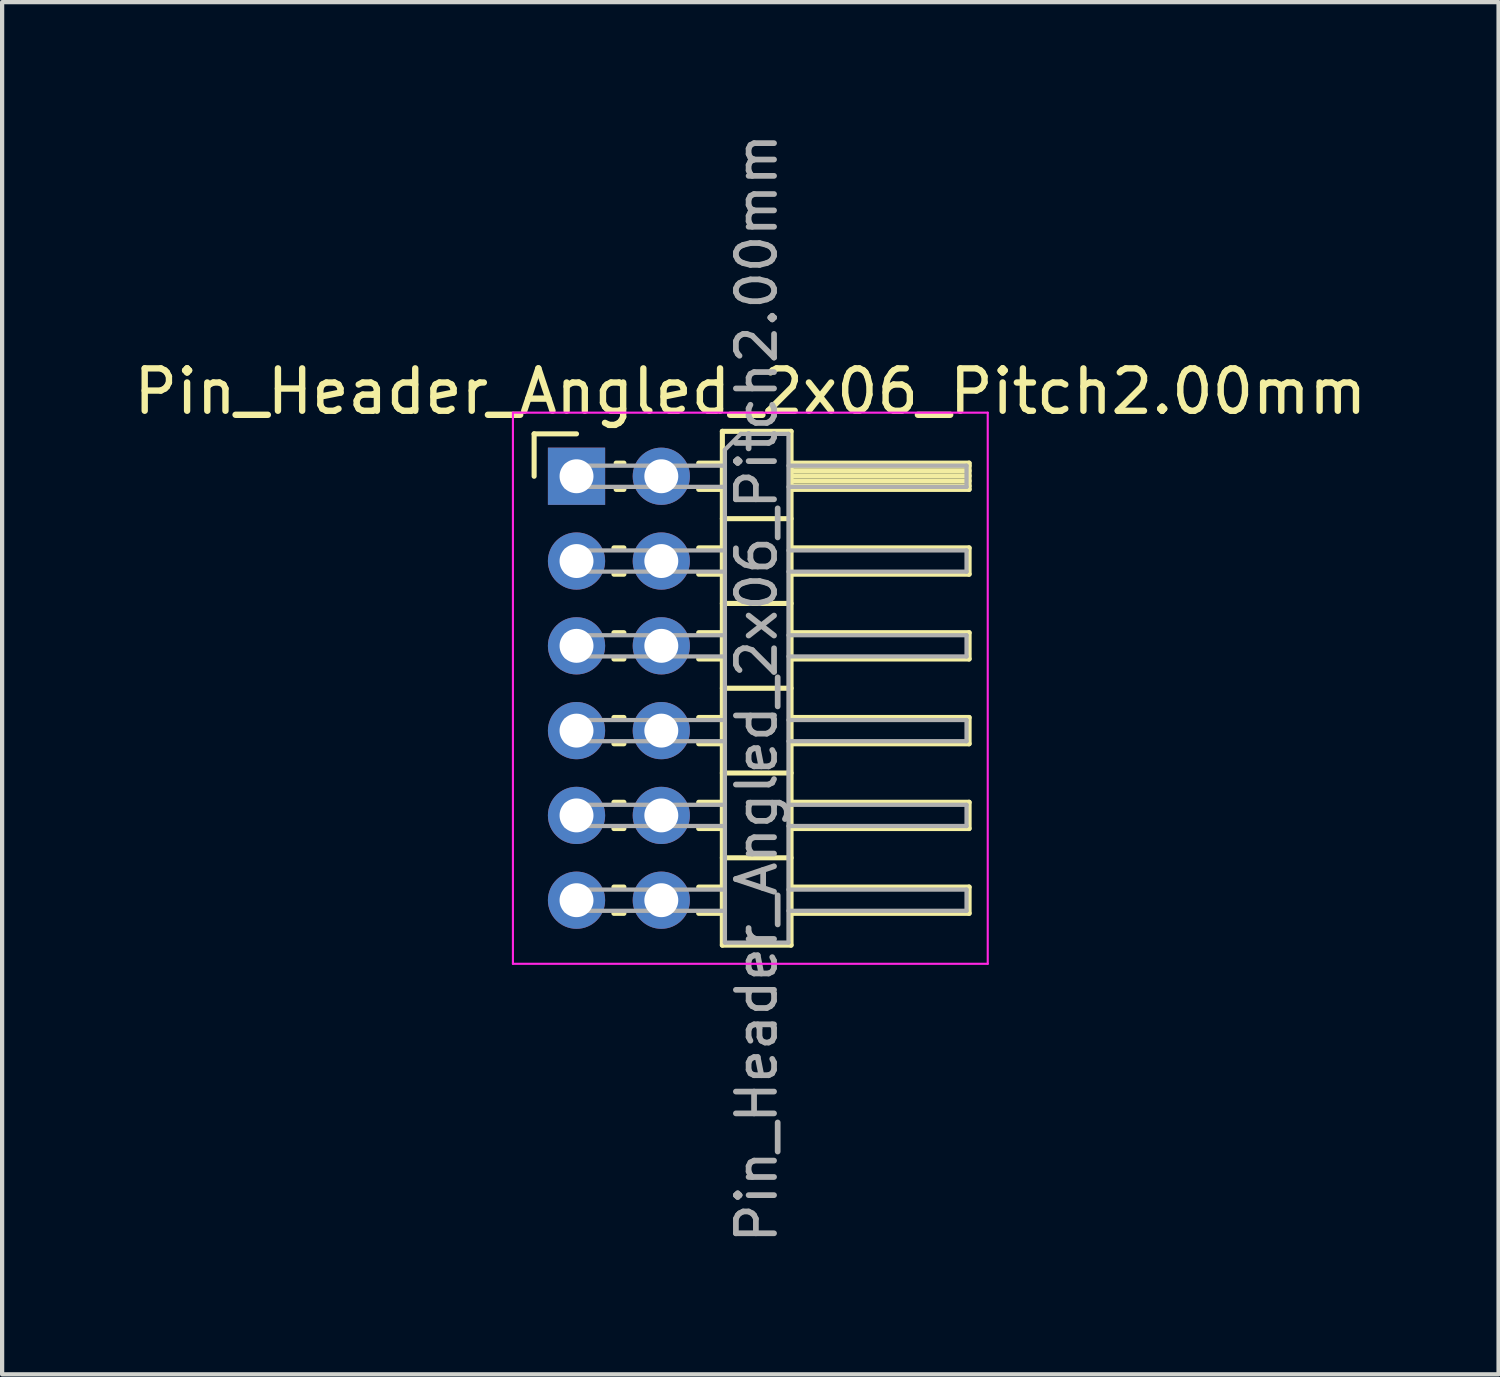
<source format=kicad_pcb>
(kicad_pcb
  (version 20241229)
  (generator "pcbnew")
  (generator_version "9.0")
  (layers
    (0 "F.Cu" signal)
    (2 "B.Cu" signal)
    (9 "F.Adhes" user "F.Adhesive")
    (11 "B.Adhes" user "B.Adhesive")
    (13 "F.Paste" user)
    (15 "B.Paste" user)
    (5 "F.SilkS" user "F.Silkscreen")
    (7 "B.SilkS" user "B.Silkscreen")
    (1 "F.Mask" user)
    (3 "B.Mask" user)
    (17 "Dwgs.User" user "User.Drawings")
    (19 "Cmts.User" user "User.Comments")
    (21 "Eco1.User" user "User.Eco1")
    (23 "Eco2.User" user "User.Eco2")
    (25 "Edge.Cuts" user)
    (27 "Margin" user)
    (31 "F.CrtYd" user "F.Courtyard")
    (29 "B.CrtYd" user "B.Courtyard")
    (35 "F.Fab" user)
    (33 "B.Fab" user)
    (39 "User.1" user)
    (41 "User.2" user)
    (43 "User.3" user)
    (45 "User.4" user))
  (footprint "Pin_Header_Angled_2x06_Pitch2.00mm"
    (layer "F.Cu")
    (at 10.549 8.184)
    (property "Reference" "Pin_Header_Angled_2x06_Pitch2.00mm" (at 4.1 -2 0) (layer "F.SilkS") (effects (font (size 1 1) (thickness 0.15))))
    (attr through_hole)
    (fp_line (start -1 -1) (end 0 -1) (stroke (width 0.12) (type solid)) (layer "F.SilkS"))
    (fp_line (start -1 0) (end -1 -1) (stroke (width 0.12) (type solid)) (layer "F.SilkS"))
    (fp_line (start 0.882 1.69) (end 1.118 1.69) (stroke (width 0.12) (type solid)) (layer "F.SilkS"))
    (fp_line (start 0.882 2.31) (end 1.118 2.31) (stroke (width 0.12) (type solid)) (layer "F.SilkS"))
    (fp_line (start 0.882 3.69) (end 1.118 3.69) (stroke (width 0.12) (type solid)) (layer "F.SilkS"))
    (fp_line (start 0.882 4.31) (end 1.118 4.31) (stroke (width 0.12) (type solid)) (layer "F.SilkS"))
    (fp_line (start 0.882 5.69) (end 1.118 5.69) (stroke (width 0.12) (type solid)) (layer "F.SilkS"))
    (fp_line (start 0.882 6.31) (end 1.118 6.31) (stroke (width 0.12) (type solid)) (layer "F.SilkS"))
    (fp_line (start 0.882 7.69) (end 1.118 7.69) (stroke (width 0.12) (type solid)) (layer "F.SilkS"))
    (fp_line (start 0.882 8.31) (end 1.118 8.31) (stroke (width 0.12) (type solid)) (layer "F.SilkS"))
    (fp_line (start 0.882 9.69) (end 1.118 9.69) (stroke (width 0.12) (type solid)) (layer "F.SilkS"))
    (fp_line (start 0.882 10.31) (end 1.118 10.31) (stroke (width 0.12) (type solid)) (layer "F.SilkS"))
    (fp_line (start 0.935 -0.31) (end 1.118 -0.31) (stroke (width 0.12) (type solid)) (layer "F.SilkS"))
    (fp_line (start 0.935 0.31) (end 1.118 0.31) (stroke (width 0.12) (type solid)) (layer "F.SilkS"))
    (fp_line (start 2.882 -0.31) (end 3.44 -0.31) (stroke (width 0.12) (type solid)) (layer "F.SilkS"))
    (fp_line (start 2.882 0.31) (end 3.44 0.31) (stroke (width 0.12) (type solid)) (layer "F.SilkS"))
    (fp_line (start 2.882 1.69) (end 3.44 1.69) (stroke (width 0.12) (type solid)) (layer "F.SilkS"))
    (fp_line (start 2.882 2.31) (end 3.44 2.31) (stroke (width 0.12) (type solid)) (layer "F.SilkS"))
    (fp_line (start 2.882 3.69) (end 3.44 3.69) (stroke (width 0.12) (type solid)) (layer "F.SilkS"))
    (fp_line (start 2.882 4.31) (end 3.44 4.31) (stroke (width 0.12) (type solid)) (layer "F.SilkS"))
    (fp_line (start 2.882 5.69) (end 3.44 5.69) (stroke (width 0.12) (type solid)) (layer "F.SilkS"))
    (fp_line (start 2.882 6.31) (end 3.44 6.31) (stroke (width 0.12) (type solid)) (layer "F.SilkS"))
    (fp_line (start 2.882 7.69) (end 3.44 7.69) (stroke (width 0.12) (type solid)) (layer "F.SilkS"))
    (fp_line (start 2.882 8.31) (end 3.44 8.31) (stroke (width 0.12) (type solid)) (layer "F.SilkS"))
    (fp_line (start 2.882 9.69) (end 3.44 9.69) (stroke (width 0.12) (type solid)) (layer "F.SilkS"))
    (fp_line (start 2.882 10.31) (end 3.44 10.31) (stroke (width 0.12) (type solid)) (layer "F.SilkS"))
    (fp_line (start 3.44 -1.06) (end 3.44 11.06) (stroke (width 0.12) (type solid)) (layer "F.SilkS"))
    (fp_line (start 3.44 1) (end 5.06 1) (stroke (width 0.12) (type solid)) (layer "F.SilkS"))
    (fp_line (start 3.44 3) (end 5.06 3) (stroke (width 0.12) (type solid)) (layer "F.SilkS"))
    (fp_line (start 3.44 5) (end 5.06 5) (stroke (width 0.12) (type solid)) (layer "F.SilkS"))
    (fp_line (start 3.44 7) (end 5.06 7) (stroke (width 0.12) (type solid)) (layer "F.SilkS"))
    (fp_line (start 3.44 9) (end 5.06 9) (stroke (width 0.12) (type solid)) (layer "F.SilkS"))
    (fp_line (start 3.44 11.06) (end 5.06 11.06) (stroke (width 0.12) (type solid)) (layer "F.SilkS"))
    (fp_line (start 5.06 -1.06) (end 3.44 -1.06) (stroke (width 0.12) (type solid)) (layer "F.SilkS"))
    (fp_line (start 5.06 -0.31) (end 9.26 -0.31) (stroke (width 0.12) (type solid)) (layer "F.SilkS"))
    (fp_line (start 5.06 -0.25) (end 9.26 -0.25) (stroke (width 0.12) (type solid)) (layer "F.SilkS"))
    (fp_line (start 5.06 -0.13) (end 9.26 -0.13) (stroke (width 0.12) (type solid)) (layer "F.SilkS"))
    (fp_line (start 5.06 -0.01) (end 9.26 -0.01) (stroke (width 0.12) (type solid)) (layer "F.SilkS"))
    (fp_line (start 5.06 0.11) (end 9.26 0.11) (stroke (width 0.12) (type solid)) (layer "F.SilkS"))
    (fp_line (start 5.06 0.23) (end 9.26 0.23) (stroke (width 0.12) (type solid)) (layer "F.SilkS"))
    (fp_line (start 5.06 1.69) (end 9.26 1.69) (stroke (width 0.12) (type solid)) (layer "F.SilkS"))
    (fp_line (start 5.06 3.69) (end 9.26 3.69) (stroke (width 0.12) (type solid)) (layer "F.SilkS"))
    (fp_line (start 5.06 5.69) (end 9.26 5.69) (stroke (width 0.12) (type solid)) (layer "F.SilkS"))
    (fp_line (start 5.06 7.69) (end 9.26 7.69) (stroke (width 0.12) (type solid)) (layer "F.SilkS"))
    (fp_line (start 5.06 9.69) (end 9.26 9.69) (stroke (width 0.12) (type solid)) (layer "F.SilkS"))
    (fp_line (start 5.06 11.06) (end 5.06 -1.06) (stroke (width 0.12) (type solid)) (layer "F.SilkS"))
    (fp_line (start 9.26 -0.31) (end 9.26 0.31) (stroke (width 0.12) (type solid)) (layer "F.SilkS"))
    (fp_line (start 9.26 0.31) (end 5.06 0.31) (stroke (width 0.12) (type solid)) (layer "F.SilkS"))
    (fp_line (start 9.26 1.69) (end 9.26 2.31) (stroke (width 0.12) (type solid)) (layer "F.SilkS"))
    (fp_line (start 9.26 2.31) (end 5.06 2.31) (stroke (width 0.12) (type solid)) (layer "F.SilkS"))
    (fp_line (start 9.26 3.69) (end 9.26 4.31) (stroke (width 0.12) (type solid)) (layer "F.SilkS"))
    (fp_line (start 9.26 4.31) (end 5.06 4.31) (stroke (width 0.12) (type solid)) (layer "F.SilkS"))
    (fp_line (start 9.26 5.69) (end 9.26 6.31) (stroke (width 0.12) (type solid)) (layer "F.SilkS"))
    (fp_line (start 9.26 6.31) (end 5.06 6.31) (stroke (width 0.12) (type solid)) (layer "F.SilkS"))
    (fp_line (start 9.26 7.69) (end 9.26 8.31) (stroke (width 0.12) (type solid)) (layer "F.SilkS"))
    (fp_line (start 9.26 8.31) (end 5.06 8.31) (stroke (width 0.12) (type solid)) (layer "F.SilkS"))
    (fp_line (start 9.26 9.69) (end 9.26 10.31) (stroke (width 0.12) (type solid)) (layer "F.SilkS"))
    (fp_line (start 9.26 10.31) (end 5.06 10.31) (stroke (width 0.12) (type solid)) (layer "F.SilkS"))
    (fp_line (start -1.5 -1.5) (end -1.5 11.5) (stroke (width 0.05) (type solid)) (layer "F.CrtYd"))
    (fp_line (start -1.5 11.5) (end 9.7 11.5) (stroke (width 0.05) (type solid)) (layer "F.CrtYd"))
    (fp_line (start 9.7 -1.5) (end -1.5 -1.5) (stroke (width 0.05) (type solid)) (layer "F.CrtYd"))
    (fp_line (start 9.7 11.5) (end 9.7 -1.5) (stroke (width 0.05) (type solid)) (layer "F.CrtYd"))
    (fp_line (start -0.25 -0.25) (end -0.25 0.25) (stroke (width 0.1) (type solid)) (layer "F.Fab"))
    (fp_line (start -0.25 -0.25) (end 3.5 -0.25) (stroke (width 0.1) (type solid)) (layer "F.Fab"))
    (fp_line (start -0.25 0.25) (end 3.5 0.25) (stroke (width 0.1) (type solid)) (layer "F.Fab"))
    (fp_line (start -0.25 1.75) (end -0.25 2.25) (stroke (width 0.1) (type solid)) (layer "F.Fab"))
    (fp_line (start -0.25 1.75) (end 3.5 1.75) (stroke (width 0.1) (type solid)) (layer "F.Fab"))
    (fp_line (start -0.25 2.25) (end 3.5 2.25) (stroke (width 0.1) (type solid)) (layer "F.Fab"))
    (fp_line (start -0.25 3.75) (end -0.25 4.25) (stroke (width 0.1) (type solid)) (layer "F.Fab"))
    (fp_line (start -0.25 3.75) (end 3.5 3.75) (stroke (width 0.1) (type solid)) (layer "F.Fab"))
    (fp_line (start -0.25 4.25) (end 3.5 4.25) (stroke (width 0.1) (type solid)) (layer "F.Fab"))
    (fp_line (start -0.25 5.75) (end -0.25 6.25) (stroke (width 0.1) (type solid)) (layer "F.Fab"))
    (fp_line (start -0.25 5.75) (end 3.5 5.75) (stroke (width 0.1) (type solid)) (layer "F.Fab"))
    (fp_line (start -0.25 6.25) (end 3.5 6.25) (stroke (width 0.1) (type solid)) (layer "F.Fab"))
    (fp_line (start -0.25 7.75) (end -0.25 8.25) (stroke (width 0.1) (type solid)) (layer "F.Fab"))
    (fp_line (start -0.25 7.75) (end 3.5 7.75) (stroke (width 0.1) (type solid)) (layer "F.Fab"))
    (fp_line (start -0.25 8.25) (end 3.5 8.25) (stroke (width 0.1) (type solid)) (layer "F.Fab"))
    (fp_line (start -0.25 9.75) (end -0.25 10.25) (stroke (width 0.1) (type solid)) (layer "F.Fab"))
    (fp_line (start -0.25 9.75) (end 3.5 9.75) (stroke (width 0.1) (type solid)) (layer "F.Fab"))
    (fp_line (start -0.25 10.25) (end 3.5 10.25) (stroke (width 0.1) (type solid)) (layer "F.Fab"))
    (fp_line (start 3.5 -0.625) (end 3.875 -1) (stroke (width 0.1) (type solid)) (layer "F.Fab"))
    (fp_line (start 3.5 11) (end 3.5 -0.625) (stroke (width 0.1) (type solid)) (layer "F.Fab"))
    (fp_line (start 3.875 -1) (end 5 -1) (stroke (width 0.1) (type solid)) (layer "F.Fab"))
    (fp_line (start 5 -1) (end 5 11) (stroke (width 0.1) (type solid)) (layer "F.Fab"))
    (fp_line (start 5 -0.25) (end 9.2 -0.25) (stroke (width 0.1) (type solid)) (layer "F.Fab"))
    (fp_line (start 5 0.25) (end 9.2 0.25) (stroke (width 0.1) (type solid)) (layer "F.Fab"))
    (fp_line (start 5 1.75) (end 9.2 1.75) (stroke (width 0.1) (type solid)) (layer "F.Fab"))
    (fp_line (start 5 2.25) (end 9.2 2.25) (stroke (width 0.1) (type solid)) (layer "F.Fab"))
    (fp_line (start 5 3.75) (end 9.2 3.75) (stroke (width 0.1) (type solid)) (layer "F.Fab"))
    (fp_line (start 5 4.25) (end 9.2 4.25) (stroke (width 0.1) (type solid)) (layer "F.Fab"))
    (fp_line (start 5 5.75) (end 9.2 5.75) (stroke (width 0.1) (type solid)) (layer "F.Fab"))
    (fp_line (start 5 6.25) (end 9.2 6.25) (stroke (width 0.1) (type solid)) (layer "F.Fab"))
    (fp_line (start 5 7.75) (end 9.2 7.75) (stroke (width 0.1) (type solid)) (layer "F.Fab"))
    (fp_line (start 5 8.25) (end 9.2 8.25) (stroke (width 0.1) (type solid)) (layer "F.Fab"))
    (fp_line (start 5 9.75) (end 9.2 9.75) (stroke (width 0.1) (type solid)) (layer "F.Fab"))
    (fp_line (start 5 10.25) (end 9.2 10.25) (stroke (width 0.1) (type solid)) (layer "F.Fab"))
    (fp_line (start 5 11) (end 3.5 11) (stroke (width 0.1) (type solid)) (layer "F.Fab"))
    (fp_line (start 9.2 -0.25) (end 9.2 0.25) (stroke (width 0.1) (type solid)) (layer "F.Fab"))
    (fp_line (start 9.2 1.75) (end 9.2 2.25) (stroke (width 0.1) (type solid)) (layer "F.Fab"))
    (fp_line (start 9.2 3.75) (end 9.2 4.25) (stroke (width 0.1) (type solid)) (layer "F.Fab"))
    (fp_line (start 9.2 5.75) (end 9.2 6.25) (stroke (width 0.1) (type solid)) (layer "F.Fab"))
    (fp_line (start 9.2 7.75) (end 9.2 8.25) (stroke (width 0.1) (type solid)) (layer "F.Fab"))
    (fp_line (start 9.2 9.75) (end 9.2 10.25) (stroke (width 0.1) (type solid)) (layer "F.Fab"))
    (fp_text user "${REFERENCE}" (at 4.25 5 90) (layer "F.Fab") (effects (font (size 0.9 0.9) (thickness 0.135))))
    (pad "1" thru_hole rect (at 0 0) (size 1.35 1.35) (drill 0.8) (layers "*.Cu" "*.Mask"))
    (pad "2" thru_hole oval (at 2 0) (size 1.35 1.35) (drill 0.8) (layers "*.Cu" "*.Mask"))
    (pad "3" thru_hole oval (at 0 2) (size 1.35 1.35) (drill 0.8) (layers "*.Cu" "*.Mask"))
    (pad "4" thru_hole oval (at 2 2) (size 1.35 1.35) (drill 0.8) (layers "*.Cu" "*.Mask"))
    (pad "5" thru_hole oval (at 0 4) (size 1.35 1.35) (drill 0.8) (layers "*.Cu" "*.Mask"))
    (pad "6" thru_hole oval (at 2 4) (size 1.35 1.35) (drill 0.8) (layers "*.Cu" "*.Mask"))
    (pad "7" thru_hole oval (at 0 6) (size 1.35 1.35) (drill 0.8) (layers "*.Cu" "*.Mask"))
    (pad "8" thru_hole oval (at 2 6) (size 1.35 1.35) (drill 0.8) (layers "*.Cu" "*.Mask"))
    (pad "9" thru_hole oval (at 0 8) (size 1.35 1.35) (drill 0.8) (layers "*.Cu" "*.Mask"))
    (pad "10" thru_hole oval (at 2 8) (size 1.35 1.35) (drill 0.8) (layers "*.Cu" "*.Mask"))
    (pad "11" thru_hole oval (at 0 10) (size 1.35 1.35) (drill 0.8) (layers "*.Cu" "*.Mask"))
    (pad "12" thru_hole oval (at 2 10) (size 1.35 1.35) (drill 0.8) (layers "*.Cu" "*.Mask")))
  (gr_rect
    (start -3 -3)
    (end 32.298 29.368)
    (stroke (width 0.1) (type default))
    (fill no)
    (layer "Edge.Cuts")))
</source>
